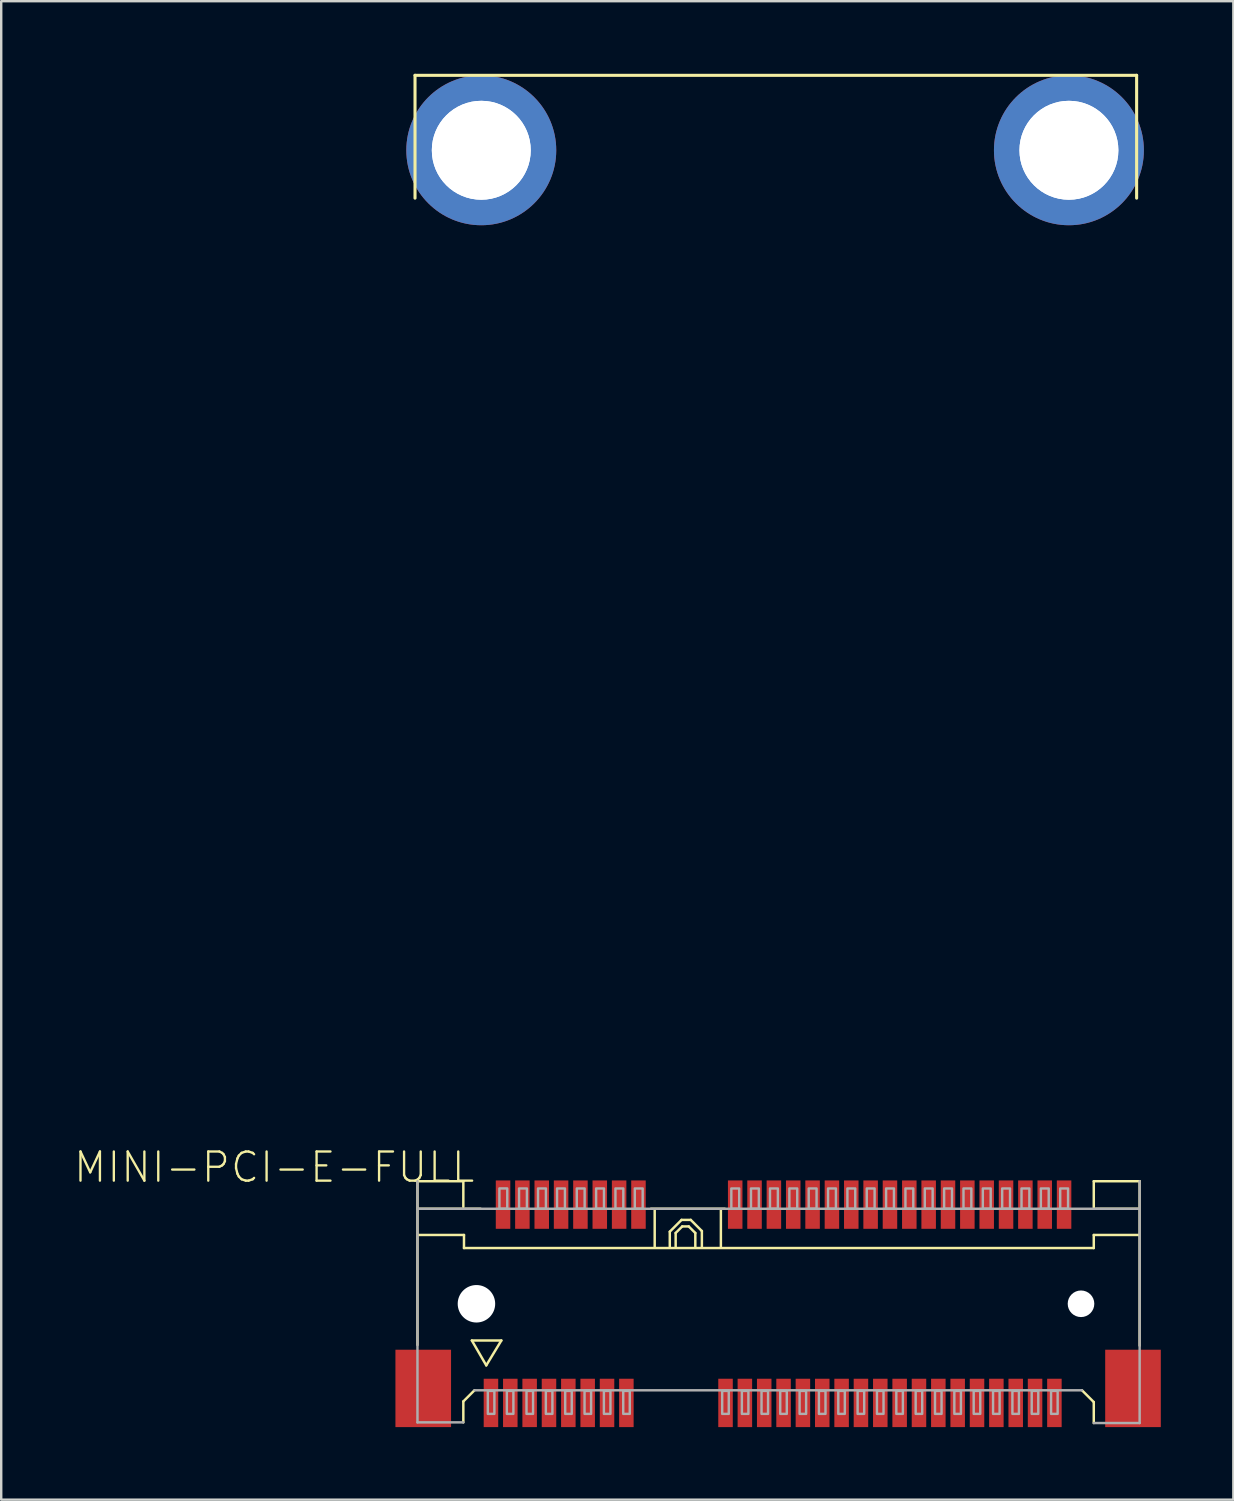
<source format=kicad_pcb>
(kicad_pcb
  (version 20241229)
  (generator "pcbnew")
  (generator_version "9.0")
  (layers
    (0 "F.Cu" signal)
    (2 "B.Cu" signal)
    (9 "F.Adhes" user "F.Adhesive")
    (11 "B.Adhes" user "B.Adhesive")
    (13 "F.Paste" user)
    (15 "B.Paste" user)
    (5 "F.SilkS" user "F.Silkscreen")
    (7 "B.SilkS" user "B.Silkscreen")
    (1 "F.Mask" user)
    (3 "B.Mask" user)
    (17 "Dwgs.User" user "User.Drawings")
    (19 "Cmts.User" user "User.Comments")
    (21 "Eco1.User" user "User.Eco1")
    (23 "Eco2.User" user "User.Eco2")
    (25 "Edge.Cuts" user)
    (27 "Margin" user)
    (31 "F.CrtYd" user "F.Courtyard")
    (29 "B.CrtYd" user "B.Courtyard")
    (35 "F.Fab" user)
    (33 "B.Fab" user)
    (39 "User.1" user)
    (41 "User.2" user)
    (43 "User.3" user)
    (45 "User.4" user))
  (footprint "MINI-PCI-E-FULL"
    (layer "F.Cu")
    (at 16.652 50.864)
    (property "Reference" "MINI-PCI-E-FULL" (at 0 -6.35 180) (layer "F.SilkS") (effects (font (size 1.206 1.206) (thickness 0.097)) (justify right top)))
    (attr through_hole)
    (fp_line (start -2.54 -50.8) (end -2.54 -45.72) (stroke (width 0.127) (type solid)) (layer "F.SilkS"))
    (fp_line (start -2.54 -50.8) (end 27.3 -50.8) (stroke (width 0.127) (type solid)) (layer "F.SilkS"))
    (fp_line (start -2.439 -5.068) (end -0.542 -5.068) (stroke (width 0.102) (type solid)) (layer "F.SilkS"))
    (fp_line (start -2.439 1.705) (end -2.439 -5.068) (stroke (width 0.102) (type solid)) (layer "F.SilkS"))
    (fp_line (start -2.385 -3.929) (end 0.171 -3.929) (stroke (width 0.102) (type solid)) (layer "F.SilkS"))
    (fp_line (start -0.542 -5.068) (end -0.542 -4.011) (stroke (width 0.102) (type solid)) (layer "F.SilkS"))
    (fp_line (start -0.542 4.038) (end -0.081 3.577) (stroke (width 0.102) (type solid)) (layer "F.SilkS"))
    (fp_line (start -0.542 4.905) (end -0.542 4.038) (stroke (width 0.102) (type solid)) (layer "F.SilkS"))
    (fp_line (start -0.515 -2.845) (end -2.385 -2.845) (stroke (width 0.102) (type solid)) (layer "F.SilkS"))
    (fp_line (start -0.515 -2.304) (end -0.515 -2.845) (stroke (width 0.102) (type solid)) (layer "F.SilkS"))
    (fp_line (start -0.19 1.518) (end 1.03 1.518) (stroke (width 0.102) (type solid)) (layer "F.SilkS"))
    (fp_line (start 0.406 2.547) (end -0.19 1.518) (stroke (width 0.102) (type solid)) (layer "F.SilkS"))
    (fp_line (start 1.03 1.518) (end 0.406 2.547) (stroke (width 0.102) (type solid)) (layer "F.SilkS"))
    (fp_line (start 7.215 -3.929) (end 10.271 -3.929) (stroke (width 0.102) (type solid)) (layer "F.SilkS"))
    (fp_line (start 7.371 -2.358) (end 7.371 -3.875) (stroke (width 0.102) (type solid)) (layer "F.SilkS"))
    (fp_line (start 7.995 -2.981) (end 8.482 -3.469) (stroke (width 0.102) (type solid)) (layer "F.SilkS"))
    (fp_line (start 7.995 -2.358) (end 7.995 -2.981) (stroke (width 0.102) (type solid)) (layer "F.SilkS"))
    (fp_line (start 8.238 -2.927) (end 8.509 -3.198) (stroke (width 0.102) (type solid)) (layer "F.SilkS"))
    (fp_line (start 8.238 -2.358) (end 8.238 -2.927) (stroke (width 0.102) (type solid)) (layer "F.SilkS"))
    (fp_line (start 8.482 -3.469) (end 8.862 -3.469) (stroke (width 0.102) (type solid)) (layer "F.SilkS"))
    (fp_line (start 8.509 -3.198) (end 8.78 -3.198) (stroke (width 0.102) (type solid)) (layer "F.SilkS"))
    (fp_line (start 8.78 -3.198) (end 9.051 -2.927) (stroke (width 0.102) (type solid)) (layer "F.SilkS"))
    (fp_line (start 8.862 -3.469) (end 9.322 -3.008) (stroke (width 0.102) (type solid)) (layer "F.SilkS"))
    (fp_line (start 9.051 -2.927) (end 9.051 -2.358) (stroke (width 0.102) (type solid)) (layer "F.SilkS"))
    (fp_line (start 9.322 -3.008) (end 9.322 -2.358) (stroke (width 0.102) (type solid)) (layer "F.SilkS"))
    (fp_line (start 10.108 -2.358) (end 10.108 -3.875) (stroke (width 0.102) (type solid)) (layer "F.SilkS"))
    (fp_line (start 25.04 3.577) (end 25.528 4.065) (stroke (width 0.102) (type solid)) (layer "F.SilkS"))
    (fp_line (start 25.528 -5.068) (end 25.528 -3.984) (stroke (width 0.102) (type solid)) (layer "F.SilkS"))
    (fp_line (start 25.528 -2.845) (end 25.528 -2.304) (stroke (width 0.102) (type solid)) (layer "F.SilkS"))
    (fp_line (start 25.528 -2.304) (end -0.515 -2.304) (stroke (width 0.102) (type solid)) (layer "F.SilkS"))
    (fp_line (start 25.528 4.065) (end 25.528 4.932) (stroke (width 0.102) (type solid)) (layer "F.SilkS"))
    (fp_line (start 25.615 -3.929) (end 27.371 -3.929) (stroke (width 0.102) (type solid)) (layer "F.SilkS"))
    (fp_line (start 27.3 -50.8) (end 27.3 -45.72) (stroke (width 0.127) (type solid)) (layer "F.SilkS"))
    (fp_line (start 27.371 -2.845) (end 25.528 -2.845) (stroke (width 0.102) (type solid)) (layer "F.SilkS"))
    (fp_line (start 27.425 -5.068) (end 25.528 -5.068) (stroke (width 0.102) (type solid)) (layer "F.SilkS"))
    (fp_line (start 27.425 1.732) (end 27.425 -5.068) (stroke (width 0.102) (type solid)) (layer "F.SilkS"))
    (fp_line (start -2.439 4.905) (end -2.439 -5.068) (stroke (width 0.102) (type solid)) (layer "F.Fab"))
    (fp_line (start -2.439 4.905) (end -0.542 4.905) (stroke (width 0.102) (type solid)) (layer "F.Fab"))
    (fp_line (start -2.385 -3.929) (end 27.371 -3.929) (stroke (width 0.102) (type solid)) (layer "F.Fab"))
    (fp_line (start -0.081 3.577) (end 25.04 3.577) (stroke (width 0.102) (type solid)) (layer "F.Fab"))
    (fp_line (start 25.528 4.932) (end 27.425 4.932) (stroke (width 0.102) (type solid)) (layer "F.Fab"))
    (fp_line (start 27.425 4.932) (end 27.425 -5.068) (stroke (width 0.102) (type solid)) (layer "F.Fab"))
    (fp_poly (pts (xy 0.471 4.553) (xy 0.742 4.553) (xy 0.742 3.604) (xy 0.471 3.604)) (stroke (width 0.1) (type solid)) (fill no) (layer "F.Fab"))
    (fp_poly (pts (xy 0.949 -3.929) (xy 1.274 -3.929) (xy 1.274 -4.77) (xy 0.949 -4.77)) (stroke (width 0.1) (type solid)) (fill no) (layer "F.Fab"))
    (fp_poly (pts (xy 1.257 4.553) (xy 1.528 4.553) (xy 1.528 3.604) (xy 1.257 3.604)) (stroke (width 0.1) (type solid)) (fill no) (layer "F.Fab"))
    (fp_poly (pts (xy 1.762 -3.929) (xy 2.087 -3.929) (xy 2.087 -4.769) (xy 1.762 -4.769)) (stroke (width 0.1) (type solid)) (fill no) (layer "F.Fab"))
    (fp_poly (pts (xy 2.07 4.553) (xy 2.341 4.553) (xy 2.341 3.604) (xy 2.07 3.604)) (stroke (width 0.1) (type solid)) (fill no) (layer "F.Fab"))
    (fp_poly (pts (xy 2.547 -3.929) (xy 2.873 -3.929) (xy 2.873 -4.769) (xy 2.547 -4.769)) (stroke (width 0.1) (type solid)) (fill no) (layer "F.Fab"))
    (fp_poly (pts (xy 2.87 4.553) (xy 3.141 4.553) (xy 3.141 3.604) (xy 2.87 3.604)) (stroke (width 0.1) (type solid)) (fill no) (layer "F.Fab"))
    (fp_poly (pts (xy 3.333 -3.929) (xy 3.659 -3.929) (xy 3.659 -4.769) (xy 3.333 -4.769)) (stroke (width 0.1) (type solid)) (fill no) (layer "F.Fab"))
    (fp_poly (pts (xy 3.67 4.553) (xy 3.941 4.553) (xy 3.941 3.604) (xy 3.67 3.604)) (stroke (width 0.1) (type solid)) (fill no) (layer "F.Fab"))
    (fp_poly (pts (xy 4.149 -3.929) (xy 4.474 -3.929) (xy 4.474 -4.769) (xy 4.149 -4.769)) (stroke (width 0.1) (type solid)) (fill no) (layer "F.Fab"))
    (fp_poly (pts (xy 4.47 4.553) (xy 4.741 4.553) (xy 4.741 3.604) (xy 4.47 3.604)) (stroke (width 0.1) (type solid)) (fill no) (layer "F.Fab"))
    (fp_poly (pts (xy 4.949 -3.929) (xy 5.274 -3.929) (xy 5.274 -4.769) (xy 4.949 -4.769)) (stroke (width 0.1) (type solid)) (fill no) (layer "F.Fab"))
    (fp_poly (pts (xy 5.27 4.553) (xy 5.541 4.553) (xy 5.541 3.604) (xy 5.27 3.604)) (stroke (width 0.1) (type solid)) (fill no) (layer "F.Fab"))
    (fp_poly (pts (xy 5.748 -3.929) (xy 6.074 -3.929) (xy 6.074 -4.769) (xy 5.748 -4.769)) (stroke (width 0.1) (type solid)) (fill no) (layer "F.Fab"))
    (fp_poly (pts (xy 6.07 4.553) (xy 6.341 4.553) (xy 6.341 3.604) (xy 6.07 3.604)) (stroke (width 0.1) (type solid)) (fill no) (layer "F.Fab"))
    (fp_poly (pts (xy 6.548 -3.929) (xy 6.874 -3.929) (xy 6.874 -4.769) (xy 6.548 -4.769)) (stroke (width 0.1) (type solid)) (fill no) (layer "F.Fab"))
    (fp_poly (pts (xy 10.162 4.553) (xy 10.434 4.553) (xy 10.434 3.604) (xy 10.162 3.604)) (stroke (width 0.1) (type solid)) (fill no) (layer "F.Fab"))
    (fp_poly (pts (xy 10.54 -3.929) (xy 10.865 -3.929) (xy 10.865 -4.769) (xy 10.54 -4.769)) (stroke (width 0.1) (type solid)) (fill no) (layer "F.Fab"))
    (fp_poly (pts (xy 10.976 4.553) (xy 11.246 4.553) (xy 11.246 3.604) (xy 10.976 3.604)) (stroke (width 0.1) (type solid)) (fill no) (layer "F.Fab"))
    (fp_poly (pts (xy 11.353 -3.929) (xy 11.678 -3.929) (xy 11.678 -4.769) (xy 11.353 -4.769)) (stroke (width 0.1) (type solid)) (fill no) (layer "F.Fab"))
    (fp_poly (pts (xy 11.789 4.553) (xy 12.059 4.553) (xy 12.059 3.604) (xy 11.789 3.604)) (stroke (width 0.1) (type solid)) (fill no) (layer "F.Fab"))
    (fp_poly (pts (xy 12.139 -3.929) (xy 12.464 -3.929) (xy 12.464 -4.769) (xy 12.139 -4.769)) (stroke (width 0.1) (type solid)) (fill no) (layer "F.Fab"))
    (fp_poly (pts (xy 12.562 4.553) (xy 12.834 4.553) (xy 12.834 3.604) (xy 12.562 3.604)) (stroke (width 0.1) (type solid)) (fill no) (layer "F.Fab"))
    (fp_poly (pts (xy 12.94 -3.929) (xy 13.265 -3.929) (xy 13.265 -4.769) (xy 12.94 -4.769)) (stroke (width 0.1) (type solid)) (fill no) (layer "F.Fab"))
    (fp_poly (pts (xy 13.363 4.553) (xy 13.633 4.553) (xy 13.633 3.604) (xy 13.363 3.604)) (stroke (width 0.1) (type solid)) (fill no) (layer "F.Fab"))
    (fp_poly (pts (xy 13.74 -3.929) (xy 14.065 -3.929) (xy 14.065 -4.769) (xy 13.74 -4.769)) (stroke (width 0.1) (type solid)) (fill no) (layer "F.Fab"))
    (fp_poly (pts (xy 14.162 4.553) (xy 14.434 4.553) (xy 14.434 3.604) (xy 14.162 3.604)) (stroke (width 0.1) (type solid)) (fill no) (layer "F.Fab"))
    (fp_poly (pts (xy 14.54 -3.929) (xy 14.865 -3.929) (xy 14.865 -4.769) (xy 14.54 -4.769)) (stroke (width 0.1) (type solid)) (fill no) (layer "F.Fab"))
    (fp_poly (pts (xy 14.963 4.553) (xy 15.233 4.553) (xy 15.233 3.604) (xy 14.963 3.604)) (stroke (width 0.1) (type solid)) (fill no) (layer "F.Fab"))
    (fp_poly (pts (xy 15.34 -3.929) (xy 15.665 -3.929) (xy 15.665 -4.769) (xy 15.34 -4.769)) (stroke (width 0.1) (type solid)) (fill no) (layer "F.Fab"))
    (fp_poly (pts (xy 15.762 4.553) (xy 16.034 4.553) (xy 16.034 3.604) (xy 15.762 3.604)) (stroke (width 0.1) (type solid)) (fill no) (layer "F.Fab"))
    (fp_poly (pts (xy 16.14 -3.929) (xy 16.465 -3.929) (xy 16.465 -4.769) (xy 16.14 -4.769)) (stroke (width 0.1) (type solid)) (fill no) (layer "F.Fab"))
    (fp_poly (pts (xy 16.562 4.553) (xy 16.834 4.553) (xy 16.834 3.604) (xy 16.562 3.604)) (stroke (width 0.1) (type solid)) (fill no) (layer "F.Fab"))
    (fp_poly (pts (xy 16.94 -3.929) (xy 17.265 -3.929) (xy 17.265 -4.769) (xy 16.94 -4.769)) (stroke (width 0.1) (type solid)) (fill no) (layer "F.Fab"))
    (fp_poly (pts (xy 17.363 4.553) (xy 17.634 4.553) (xy 17.634 3.604) (xy 17.363 3.604)) (stroke (width 0.1) (type solid)) (fill no) (layer "F.Fab"))
    (fp_poly (pts (xy 17.74 -3.929) (xy 18.065 -3.929) (xy 18.065 -4.769) (xy 17.74 -4.769)) (stroke (width 0.1) (type solid)) (fill no) (layer "F.Fab"))
    (fp_poly (pts (xy 18.163 4.553) (xy 18.433 4.553) (xy 18.433 3.604) (xy 18.163 3.604)) (stroke (width 0.1) (type solid)) (fill no) (layer "F.Fab"))
    (fp_poly (pts (xy 18.54 -3.929) (xy 18.865 -3.929) (xy 18.865 -4.769) (xy 18.54 -4.769)) (stroke (width 0.1) (type solid)) (fill no) (layer "F.Fab"))
    (fp_poly (pts (xy 18.962 4.553) (xy 19.233 4.553) (xy 19.233 3.604) (xy 18.962 3.604)) (stroke (width 0.1) (type solid)) (fill no) (layer "F.Fab"))
    (fp_poly (pts (xy 19.34 -3.929) (xy 19.665 -3.929) (xy 19.665 -4.769) (xy 19.34 -4.769)) (stroke (width 0.1) (type solid)) (fill no) (layer "F.Fab"))
    (fp_poly (pts (xy 19.762 4.553) (xy 20.034 4.553) (xy 20.034 3.604) (xy 19.762 3.604)) (stroke (width 0.1) (type solid)) (fill no) (layer "F.Fab"))
    (fp_poly (pts (xy 20.14 -3.929) (xy 20.465 -3.929) (xy 20.465 -4.769) (xy 20.14 -4.769)) (stroke (width 0.1) (type solid)) (fill no) (layer "F.Fab"))
    (fp_poly (pts (xy 20.562 4.553) (xy 20.834 4.553) (xy 20.834 3.604) (xy 20.562 3.604)) (stroke (width 0.1) (type solid)) (fill no) (layer "F.Fab"))
    (fp_poly (pts (xy 20.94 -3.929) (xy 21.265 -3.929) (xy 21.265 -4.769) (xy 20.94 -4.769)) (stroke (width 0.1) (type solid)) (fill no) (layer "F.Fab"))
    (fp_poly (pts (xy 21.363 4.553) (xy 21.634 4.553) (xy 21.634 3.604) (xy 21.363 3.604)) (stroke (width 0.1) (type solid)) (fill no) (layer "F.Fab"))
    (fp_poly (pts (xy 21.74 -3.929) (xy 22.065 -3.929) (xy 22.065 -4.769) (xy 21.74 -4.769)) (stroke (width 0.1) (type solid)) (fill no) (layer "F.Fab"))
    (fp_poly (pts (xy 22.163 4.553) (xy 22.433 4.553) (xy 22.433 3.604) (xy 22.163 3.604)) (stroke (width 0.1) (type solid)) (fill no) (layer "F.Fab"))
    (fp_poly (pts (xy 22.54 -3.929) (xy 22.865 -3.929) (xy 22.865 -4.769) (xy 22.54 -4.769)) (stroke (width 0.1) (type solid)) (fill no) (layer "F.Fab"))
    (fp_poly (pts (xy 22.962 4.553) (xy 23.233 4.553) (xy 23.233 3.604) (xy 22.962 3.604)) (stroke (width 0.1) (type solid)) (fill no) (layer "F.Fab"))
    (fp_poly (pts (xy 23.34 -3.929) (xy 23.665 -3.929) (xy 23.665 -4.769) (xy 23.34 -4.769)) (stroke (width 0.1) (type solid)) (fill no) (layer "F.Fab"))
    (fp_poly (pts (xy 23.762 4.553) (xy 24.034 4.553) (xy 24.034 3.604) (xy 23.762 3.604)) (stroke (width 0.1) (type solid)) (fill no) (layer "F.Fab"))
    (fp_poly (pts (xy 24.14 -3.929) (xy 24.465 -3.929) (xy 24.465 -4.769) (xy 24.14 -4.769)) (stroke (width 0.1) (type solid)) (fill no) (layer "F.Fab"))
    (pad "" np_thru_hole circle (at 0 0) (size 1.55 1.55) (drill 1.55) (layers "*.Cu" "*.Mask"))
    (pad "" np_thru_hole circle (at 0.2 -47.7) (size 4.09 4.09) (drill 4.09) (layers "*.Cu" "*.Mask"))
    (pad "" np_thru_hole circle (at 24.5 -47.7) (size 4.09 4.09) (drill 4.09) (layers "*.Cu" "*.Mask"))
    (pad "" np_thru_hole circle (at 25 0) (size 1.1 1.1) (drill 1.1) (layers "*.Cu" "*.Mask"))
    (pad "1" smd rect (at 0.6 4.1) (size 0.6 2) (layers "F.Cu" "F.Mask" "F.Paste"))
    (pad "2" smd rect (at 1.1 -4.1) (size 0.6 2) (layers "F.Cu" "F.Mask" "F.Paste"))
    (pad "3" smd rect (at 1.4 4.1) (size 0.6 2) (layers "F.Cu" "F.Mask" "F.Paste"))
    (pad "4" smd rect (at 1.9 -4.1) (size 0.6 2) (layers "F.Cu" "F.Mask" "F.Paste"))
    (pad "5" smd rect (at 2.2 4.1) (size 0.6 2) (layers "F.Cu" "F.Mask" "F.Paste"))
    (pad "6" smd rect (at 2.7 -4.1) (size 0.6 2) (layers "F.Cu" "F.Mask" "F.Paste"))
    (pad "7" smd rect (at 3 4.1) (size 0.6 2) (layers "F.Cu" "F.Mask" "F.Paste"))
    (pad "8" smd rect (at 3.5 -4.1) (size 0.6 2) (layers "F.Cu" "F.Mask" "F.Paste"))
    (pad "9" smd rect (at 3.8 4.1) (size 0.6 2) (layers "F.Cu" "F.Mask" "F.Paste"))
    (pad "10" smd rect (at 4.3 -4.1) (size 0.6 2) (layers "F.Cu" "F.Mask" "F.Paste"))
    (pad "11" smd rect (at 4.6 4.1) (size 0.6 2) (layers "F.Cu" "F.Mask" "F.Paste"))
    (pad "12" smd rect (at 5.1 -4.1) (size 0.6 2) (layers "F.Cu" "F.Mask" "F.Paste"))
    (pad "13" smd rect (at 5.4 4.1) (size 0.6 2) (layers "F.Cu" "F.Mask" "F.Paste"))
    (pad "14" smd rect (at 5.9 -4.1) (size 0.6 2) (layers "F.Cu" "F.Mask" "F.Paste"))
    (pad "15" smd rect (at 6.2 4.1) (size 0.6 2) (layers "F.Cu" "F.Mask" "F.Paste"))
    (pad "16" smd rect (at 6.7 -4.1) (size 0.6 2) (layers "F.Cu" "F.Mask" "F.Paste"))
    (pad "17" smd rect (at 10.3 4.1) (size 0.6 2) (layers "F.Cu" "F.Mask" "F.Paste"))
    (pad "18" smd rect (at 10.7 -4.1) (size 0.6 2) (layers "F.Cu" "F.Mask" "F.Paste"))
    (pad "19" smd rect (at 11.1 4.1) (size 0.6 2) (layers "F.Cu" "F.Mask" "F.Paste"))
    (pad "20" smd rect (at 11.5 -4.1) (size 0.6 2) (layers "F.Cu" "F.Mask" "F.Paste"))
    (pad "21" smd rect (at 11.9 4.1) (size 0.6 2) (layers "F.Cu" "F.Mask" "F.Paste"))
    (pad "22" smd rect (at 12.3 -4.1) (size 0.6 2) (layers "F.Cu" "F.Mask" "F.Paste"))
    (pad "23" smd rect (at 12.7 4.1) (size 0.6 2) (layers "F.Cu" "F.Mask" "F.Paste"))
    (pad "24" smd rect (at 13.1 -4.1) (size 0.6 2) (layers "F.Cu" "F.Mask" "F.Paste"))
    (pad "25" smd rect (at 13.5 4.1) (size 0.6 2) (layers "F.Cu" "F.Mask" "F.Paste"))
    (pad "26" smd rect (at 13.9 -4.1) (size 0.6 2) (layers "F.Cu" "F.Mask" "F.Paste"))
    (pad "27" smd rect (at 14.3 4.1) (size 0.6 2) (layers "F.Cu" "F.Mask" "F.Paste"))
    (pad "28" smd rect (at 14.7 -4.1) (size 0.6 2) (layers "F.Cu" "F.Mask" "F.Paste"))
    (pad "29" smd rect (at 15.1 4.1) (size 0.6 2) (layers "F.Cu" "F.Mask" "F.Paste"))
    (pad "30" smd rect (at 15.5 -4.1) (size 0.6 2) (layers "F.Cu" "F.Mask" "F.Paste"))
    (pad "31" smd rect (at 15.9 4.1) (size 0.6 2) (layers "F.Cu" "F.Mask" "F.Paste"))
    (pad "32" smd rect (at 16.3 -4.1) (size 0.6 2) (layers "F.Cu" "F.Mask" "F.Paste"))
    (pad "33" smd rect (at 16.7 4.1) (size 0.6 2) (layers "F.Cu" "F.Mask" "F.Paste"))
    (pad "34" smd rect (at 17.1 -4.1) (size 0.6 2) (layers "F.Cu" "F.Mask" "F.Paste"))
    (pad "35" smd rect (at 17.5 4.1) (size 0.6 2) (layers "F.Cu" "F.Mask" "F.Paste"))
    (pad "36" smd rect (at 17.9 -4.1) (size 0.6 2) (layers "F.Cu" "F.Mask" "F.Paste"))
    (pad "37" smd rect (at 18.3 4.1) (size 0.6 2) (layers "F.Cu" "F.Mask" "F.Paste"))
    (pad "38" smd rect (at 18.7 -4.1) (size 0.6 2) (layers "F.Cu" "F.Mask" "F.Paste"))
    (pad "39" smd rect (at 19.1 4.1) (size 0.6 2) (layers "F.Cu" "F.Mask" "F.Paste"))
    (pad "40" smd rect (at 19.5 -4.1) (size 0.6 2) (layers "F.Cu" "F.Mask" "F.Paste"))
    (pad "41" smd rect (at 19.9 4.1) (size 0.6 2) (layers "F.Cu" "F.Mask" "F.Paste"))
    (pad "42" smd rect (at 20.3 -4.1) (size 0.6 2) (layers "F.Cu" "F.Mask" "F.Paste"))
    (pad "43" smd rect (at 20.7 4.1) (size 0.6 2) (layers "F.Cu" "F.Mask" "F.Paste"))
    (pad "44" smd rect (at 21.1 -4.1) (size 0.6 2) (layers "F.Cu" "F.Mask" "F.Paste"))
    (pad "45" smd rect (at 21.5 4.1) (size 0.6 2) (layers "F.Cu" "F.Mask" "F.Paste"))
    (pad "46" smd rect (at 21.9 -4.1) (size 0.6 2) (layers "F.Cu" "F.Mask" "F.Paste"))
    (pad "47" smd rect (at 22.3 4.1) (size 0.6 2) (layers "F.Cu" "F.Mask" "F.Paste"))
    (pad "48" smd rect (at 22.7 -4.1) (size 0.6 2) (layers "F.Cu" "F.Mask" "F.Paste"))
    (pad "49" smd rect (at 23.1 4.1) (size 0.6 2) (layers "F.Cu" "F.Mask" "F.Paste"))
    (pad "50" smd rect (at 23.5 -4.1) (size 0.6 2) (layers "F.Cu" "F.Mask" "F.Paste"))
    (pad "51" smd rect (at 23.9 4.1) (size 0.6 2) (layers "F.Cu" "F.Mask" "F.Paste"))
    (pad "52" smd rect (at 24.3 -4.1) (size 0.6 2) (layers "F.Cu" "F.Mask" "F.Paste"))
    (pad "53" thru_hole circle (at 0.2 -47.7) (size 6.2 6.2) (drill 4.09) (layers "*.Cu" "*.Mask"))
    (pad "54" thru_hole circle (at 24.5 -47.7) (size 6.2 6.2) (drill 4.09) (layers "*.Cu" "*.Mask"))
    (pad "M1" smd rect (at 27.15 3.5) (size 2.3 3.2) (layers "F.Cu" "F.Mask" "F.Paste"))
    (pad "M2" smd rect (at -2.2 3.5) (size 2.3 3.2) (layers "F.Cu" "F.Mask" "F.Paste")))
  (gr_rect
    (start -3 -3)
    (end 47.952 58.964)
    (stroke (width 0.1) (type default))
    (fill no)
    (layer "Edge.Cuts")))
</source>
